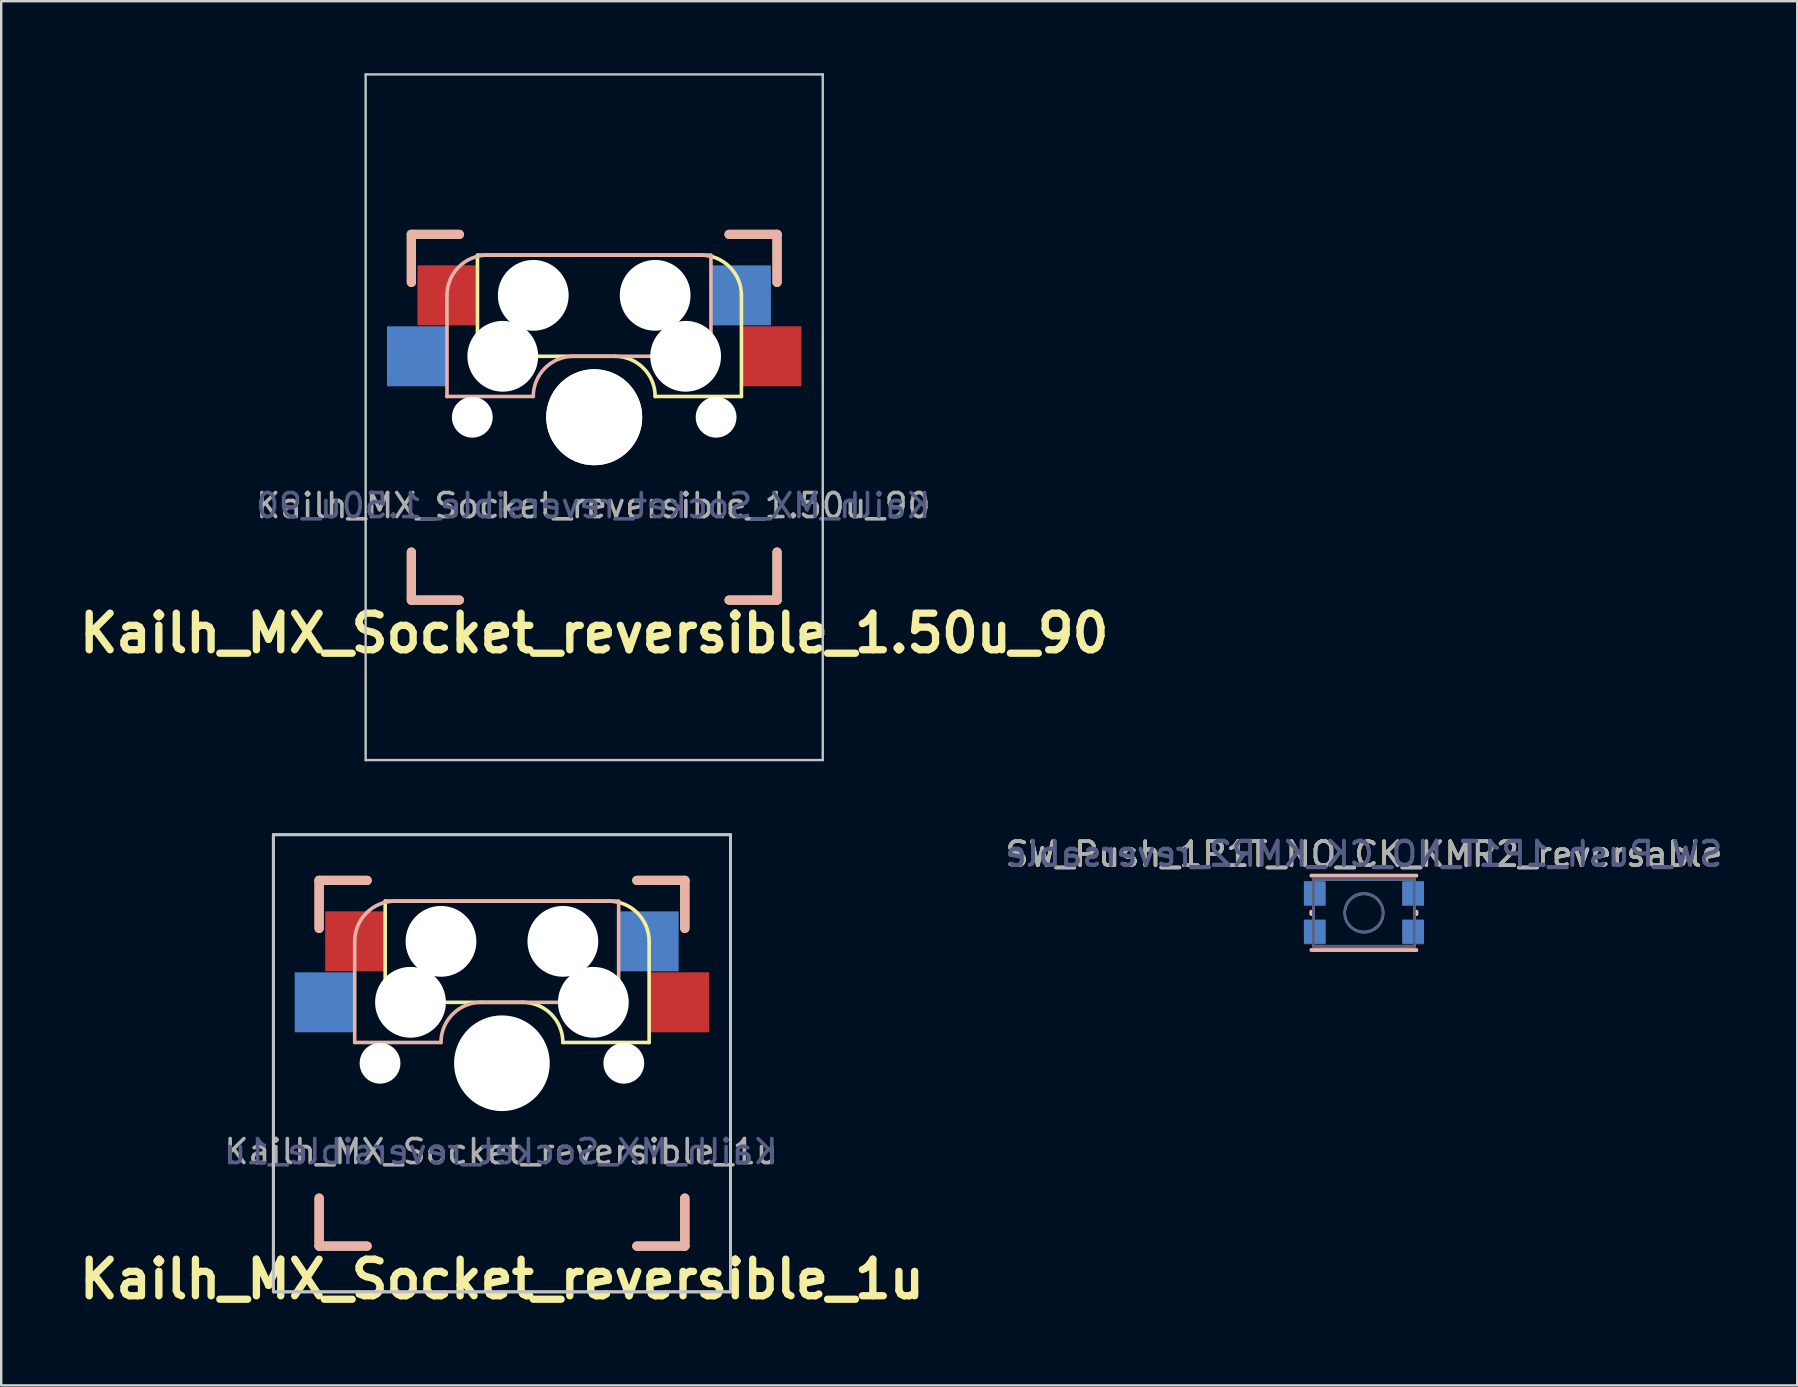
<source format=kicad_pcb>
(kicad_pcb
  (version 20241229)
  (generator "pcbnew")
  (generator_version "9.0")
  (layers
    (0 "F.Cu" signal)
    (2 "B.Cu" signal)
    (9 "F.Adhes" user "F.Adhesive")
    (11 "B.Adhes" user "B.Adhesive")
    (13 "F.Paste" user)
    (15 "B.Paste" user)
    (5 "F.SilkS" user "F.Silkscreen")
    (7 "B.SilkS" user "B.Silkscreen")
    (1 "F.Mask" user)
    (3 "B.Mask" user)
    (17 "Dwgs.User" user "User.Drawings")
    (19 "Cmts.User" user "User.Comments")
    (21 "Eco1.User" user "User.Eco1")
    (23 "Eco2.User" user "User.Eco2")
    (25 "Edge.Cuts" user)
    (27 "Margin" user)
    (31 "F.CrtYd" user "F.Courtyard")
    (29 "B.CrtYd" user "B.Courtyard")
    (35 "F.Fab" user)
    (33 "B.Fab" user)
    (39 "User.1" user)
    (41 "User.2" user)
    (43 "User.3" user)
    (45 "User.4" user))
  (footprint "SW_Push_1P1T_NO_CK_KMR2_reversable"
    (layer "F.Cu")
    (at 53.794 35.002)
    (property "Reference" "SW_Push_1P1T_NO_CK_KMR2_reversable" (at 0 -2.45 0) (layer "F.SilkS") (effects (font (size 1 1) (thickness 0.15))))
    (attr smd)
    (fp_line (start -2.2 0.05) (end -2.2 -0.05) (stroke (width 0.12) (type solid)) (layer "F.SilkS"))
    (fp_line (start -2.2 1.55) (end 2.2 1.55) (stroke (width 0.12) (type solid)) (layer "F.SilkS"))
    (fp_line (start 2.2 -1.55) (end -2.2 -1.55) (stroke (width 0.12) (type solid)) (layer "F.SilkS"))
    (fp_line (start 2.2 0.05) (end 2.2 -0.05) (stroke (width 0.12) (type solid)) (layer "F.SilkS"))
    (fp_line (start -2.206 -1.579) (end 2.194 -1.579) (stroke (width 0.12) (type solid)) (layer "B.SilkS"))
    (fp_line (start -2.206 -1.553) (end 2.194 -1.553) (stroke (width 0.12) (type solid)) (layer "B.SilkS"))
    (fp_line (start -2.206 0.021) (end -2.206 -0.079) (stroke (width 0.12) (type solid)) (layer "B.SilkS"))
    (fp_line (start -2.206 0.047) (end -2.206 -0.053) (stroke (width 0.12) (type solid)) (layer "B.SilkS"))
    (fp_line (start 2.194 0.021) (end 2.194 -0.079) (stroke (width 0.12) (type solid)) (layer "B.SilkS"))
    (fp_line (start 2.194 0.047) (end 2.194 -0.053) (stroke (width 0.12) (type solid)) (layer "B.SilkS"))
    (fp_line (start 2.194 1.521) (end -2.206 1.521) (stroke (width 0.12) (type solid)) (layer "B.SilkS"))
    (fp_line (start 2.194 1.547) (end -2.206 1.547) (stroke (width 0.12) (type solid)) (layer "B.SilkS"))
    (fp_line (start -2.106 -1.429) (end -2.106 1.371) (stroke (width 0.1) (type solid)) (layer "B.Fab"))
    (fp_line (start -2.106 -1.403) (end -2.106 1.397) (stroke (width 0.1) (type solid)) (layer "B.Fab"))
    (fp_line (start -2.106 1.371) (end 2.094 1.371) (stroke (width 0.1) (type solid)) (layer "B.Fab"))
    (fp_line (start -2.106 1.397) (end 2.094 1.397) (stroke (width 0.1) (type solid)) (layer "B.Fab"))
    (fp_line (start 2.094 -1.429) (end -2.106 -1.429) (stroke (width 0.1) (type solid)) (layer "B.Fab"))
    (fp_line (start 2.094 -1.403) (end -2.106 -1.403) (stroke (width 0.1) (type solid)) (layer "B.Fab"))
    (fp_line (start 2.094 1.371) (end 2.094 -1.429) (stroke (width 0.1) (type solid)) (layer "B.Fab"))
    (fp_line (start 2.094 1.397) (end 2.094 -1.403) (stroke (width 0.1) (type solid)) (layer "B.Fab"))
    (fp_circle (center -0.006 -0.029) (end -0.006 0.771) (stroke (width 0.1) (type solid)) (fill no) (layer "B.Fab"))
    (fp_circle (center -0.006 -0.003) (end -0.006 0.797) (stroke (width 0.1) (type solid)) (fill no) (layer "B.Fab"))
    (fp_line (start -2.1 -1.4) (end 2.1 -1.4) (stroke (width 0.1) (type solid)) (layer "F.Fab"))
    (fp_line (start -2.1 1.4) (end -2.1 -1.4) (stroke (width 0.1) (type solid)) (layer "F.Fab"))
    (fp_line (start 2.1 -1.4) (end 2.1 1.4) (stroke (width 0.1) (type solid)) (layer "F.Fab"))
    (fp_line (start 2.1 1.4) (end -2.1 1.4) (stroke (width 0.1) (type solid)) (layer "F.Fab"))
    (fp_circle (center 0 0) (end 0 0.8) (stroke (width 0.1) (type solid)) (fill no) (layer "F.Fab"))
    (fp_text user "${REFERENCE}" (at -0.006 -2.453 0) (layer "B.Fab") (effects (font (size 1 1) (thickness 0.15)) (justify mirror)))
    (fp_text user "${REFERENCE}" (at -0.006 -2.479 0) (layer "B.Fab") (effects (font (size 1 1) (thickness 0.15)) (justify mirror)))
    (fp_text user "${REFERENCE}" (at 0 -2.45 0) (layer "F.Fab") (effects (font (size 1 1) (thickness 0.15))))
    (pad "1" smd rect (at -2.056 -0.829) (size 0.9 1) (layers "B.Cu" "B.Mask" "B.Paste"))
    (pad "1" smd rect (at -2.05 -0.8) (size 0.9 1) (layers "F.Cu" "F.Mask" "F.Paste"))
    (pad "1" smd rect (at 2.044 -0.829) (size 0.9 1) (layers "B.Cu" "B.Mask" "B.Paste"))
    (pad "1" smd rect (at 2.05 -0.8) (size 0.9 1) (layers "F.Cu" "F.Mask" "F.Paste"))
    (pad "2" smd rect (at -2.056 0.771) (size 0.9 1) (layers "B.Cu" "B.Mask" "B.Paste"))
    (pad "2" smd rect (at -2.05 0.8) (size 0.9 1) (layers "F.Cu" "F.Mask" "F.Paste"))
    (pad "2" smd rect (at 2.044 0.771) (size 0.9 1) (layers "B.Cu" "B.Mask" "B.Paste"))
    (pad "2" smd rect (at 2.05 0.8) (size 0.9 1) (layers "F.Cu" "F.Mask" "F.Paste")))
  (footprint "Kailh_MX_Socket_reversible_1.50u_90"
    (layer "F.Cu")
    (at 21.713 14.338)
    (property "Reference" "Kailh_MX_Socket_reversible_1.50u_90" (at 0 9 0) (layer "F.SilkS") (effects (font (size 1.524 1.524) (thickness 0.305))))
    (attr through_hole)
    (fp_line (start -7.62 -7.62) (end -5.62 -7.62) (stroke (width 0.381) (type solid)) (layer "F.SilkS"))
    (fp_line (start -7.62 -5.62) (end -7.62 -7.62) (stroke (width 0.381) (type solid)) (layer "F.SilkS"))
    (fp_line (start -7.62 5.62) (end -7.62 7.62) (stroke (width 0.381) (type solid)) (layer "F.SilkS"))
    (fp_line (start -7.62 7.62) (end -5.62 7.62) (stroke (width 0.381) (type solid)) (layer "F.SilkS"))
    (fp_line (start -4.865 -6.75) (end -4.865 -2.54) (stroke (width 0.15) (type solid)) (layer "F.SilkS"))
    (fp_line (start 0.865 -2.54) (end -4.865 -2.54) (stroke (width 0.15) (type solid)) (layer "F.SilkS"))
    (fp_line (start 4.46 -6.755) (end -4.865 -6.755) (stroke (width 0.15) (type solid)) (layer "F.SilkS"))
    (fp_line (start 5.62 -7.62) (end 7.62 -7.62) (stroke (width 0.381) (type solid)) (layer "F.SilkS"))
    (fp_line (start 5.62 7.62) (end 7.62 7.62) (stroke (width 0.381) (type solid)) (layer "F.SilkS"))
    (fp_line (start 6.135 -5.08) (end 6.135 -0.865) (stroke (width 0.15) (type solid)) (layer "F.SilkS"))
    (fp_line (start 6.135 -0.865) (end 2.54 -0.865) (stroke (width 0.15) (type solid)) (layer "F.SilkS"))
    (fp_line (start 7.62 -7.62) (end 7.62 -5.62) (stroke (width 0.381) (type solid)) (layer "F.SilkS"))
    (fp_line (start 7.62 5.62) (end 7.62 7.62) (stroke (width 0.381) (type solid)) (layer "F.SilkS"))
    (fp_arc (start 0.865 -2.54) (mid 2.049404 -2.049404) (end 2.54 -0.865) (stroke (width 0.15) (type solid)) (layer "F.SilkS"))
    (fp_arc (start 4.46 -6.755) (mid 5.644404 -6.264404) (end 6.135 -5.08) (stroke (width 0.15) (type solid)) (layer "F.SilkS"))
    (fp_line (start -7.62 -7.62) (end -7.62 -5.62) (stroke (width 0.381) (type solid)) (layer "B.SilkS"))
    (fp_line (start -7.62 5.62) (end -7.62 7.62) (stroke (width 0.381) (type solid)) (layer "B.SilkS"))
    (fp_line (start -6.135 -5.08) (end -6.135 -0.865) (stroke (width 0.15) (type solid)) (layer "B.SilkS"))
    (fp_line (start -6.135 -0.865) (end -2.54 -0.865) (stroke (width 0.15) (type solid)) (layer "B.SilkS"))
    (fp_line (start -5.62 -7.62) (end -7.62 -7.62) (stroke (width 0.381) (type solid)) (layer "B.SilkS"))
    (fp_line (start -5.62 7.62) (end -7.62 7.62) (stroke (width 0.381) (type solid)) (layer "B.SilkS"))
    (fp_line (start -4.46 -6.755) (end 4.865 -6.755) (stroke (width 0.15) (type solid)) (layer "B.SilkS"))
    (fp_line (start -0.865 -2.54) (end 4.865 -2.54) (stroke (width 0.15) (type solid)) (layer "B.SilkS"))
    (fp_line (start 4.865 -6.75) (end 4.865 -2.54) (stroke (width 0.15) (type solid)) (layer "B.SilkS"))
    (fp_line (start 7.62 -7.62) (end 5.62 -7.62) (stroke (width 0.381) (type solid)) (layer "B.SilkS"))
    (fp_line (start 7.62 -5.62) (end 7.62 -7.62) (stroke (width 0.381) (type solid)) (layer "B.SilkS"))
    (fp_line (start 7.62 5.62) (end 7.62 7.62) (stroke (width 0.381) (type solid)) (layer "B.SilkS"))
    (fp_line (start 7.62 7.62) (end 5.62 7.62) (stroke (width 0.381) (type solid)) (layer "B.SilkS"))
    (fp_arc (start -6.135 -5.08) (mid -5.644404 -6.264404) (end -4.46 -6.755) (stroke (width 0.15) (type solid)) (layer "B.SilkS"))
    (fp_arc (start -2.54 -0.865) (mid -2.049404 -2.049404) (end -0.865 -2.54) (stroke (width 0.15) (type solid)) (layer "B.SilkS"))
    (fp_line (start -9.525 -14.287) (end -9.525 14.287) (stroke (width 0.1) (type solid)) (layer "Dwgs.User"))
    (fp_line (start -9.525 14.287) (end 9.525 14.287) (stroke (width 0.1) (type solid)) (layer "Dwgs.User"))
    (fp_line (start 9.525 -14.287) (end -9.525 -14.287) (stroke (width 0.1) (type solid)) (layer "Dwgs.User"))
    (fp_line (start 9.525 14.287) (end 9.525 -14.287) (stroke (width 0.1) (type solid)) (layer "Dwgs.User"))
    (fp_text user "${REFERENCE}" (at -0.039 3.683 0) (layer "B.Fab") (effects (font (size 1 1) (thickness 0.15)) (justify mirror)))
    (fp_text user "${REFERENCE}" (at -0.039 3.683 0) (layer "F.Fab") (effects (font (size 1 1) (thickness 0.15))))
    (pad "" np_thru_hole circle (at -5.08 0) (size 1.7 1.7) (drill 1.7) (layers "*.Cu" "*.Mask"))
    (pad "" np_thru_hole circle (at -3.81 -2.54) (size 2.95 2.95) (drill 2.95) (layers "*.Cu" "*.Mask"))
    (pad "" np_thru_hole circle (at -2.54 -5.08) (size 2.95 2.95) (drill 2.95) (layers "*.Cu" "*.Mask"))
    (pad "" np_thru_hole circle (at 0 0) (size 4 4) (drill 4) (layers "*.Cu" "*.Mask"))
    (pad "" np_thru_hole circle (at 0 0) (size 4 4) (drill 4) (layers "*.Cu" "*.Mask"))
    (pad "" np_thru_hole circle (at 2.54 -5.08) (size 2.95 2.95) (drill 2.95) (layers "*.Cu" "*.Mask"))
    (pad "" np_thru_hole circle (at 3.81 -2.54) (size 2.95 2.95) (drill 2.95) (layers "*.Cu" "*.Mask"))
    (pad "" np_thru_hole circle (at 5.08 0) (size 1.7 1.7) (drill 1.7) (layers "*.Cu" "*.Mask"))
    (pad "1" smd rect (at -7.36 -2.54) (size 2.55 2.5) (layers "B.Cu" "B.Mask" "B.Paste"))
    (pad "1" smd rect (at 7.36 -2.54) (size 2.55 2.5) (layers "F.Cu" "F.Mask" "F.Paste"))
    (pad "2" smd rect (at -6.09 -5.08) (size 2.55 2.5) (layers "F.Cu" "F.Mask" "F.Paste"))
    (pad "2" smd rect (at 6.09 -5.08) (size 2.55 2.5) (layers "B.Cu" "B.Mask" "B.Paste")))
  (footprint "Kailh_MX_Socket_reversible_1u"
    (layer "F.Cu")
    (at 17.867 41.26)
    (property "Reference" "Kailh_MX_Socket_reversible_1u" (at 0 9 0) (layer "F.SilkS") (effects (font (size 1.524 1.524) (thickness 0.305))))
    (attr through_hole)
    (fp_line (start -7.62 -7.62) (end -5.62 -7.62) (stroke (width 0.381) (type solid)) (layer "F.SilkS"))
    (fp_line (start -7.62 -5.62) (end -7.62 -7.62) (stroke (width 0.381) (type solid)) (layer "F.SilkS"))
    (fp_line (start -7.62 5.62) (end -7.62 7.62) (stroke (width 0.381) (type solid)) (layer "F.SilkS"))
    (fp_line (start -7.62 7.62) (end -5.62 7.62) (stroke (width 0.381) (type solid)) (layer "F.SilkS"))
    (fp_line (start -4.865 -6.75) (end -4.865 -2.54) (stroke (width 0.15) (type solid)) (layer "F.SilkS"))
    (fp_line (start 0.865 -2.54) (end -4.865 -2.54) (stroke (width 0.15) (type solid)) (layer "F.SilkS"))
    (fp_line (start 4.46 -6.755) (end -4.865 -6.755) (stroke (width 0.15) (type solid)) (layer "F.SilkS"))
    (fp_line (start 5.62 -7.62) (end 7.62 -7.62) (stroke (width 0.381) (type solid)) (layer "F.SilkS"))
    (fp_line (start 5.62 7.62) (end 7.62 7.62) (stroke (width 0.381) (type solid)) (layer "F.SilkS"))
    (fp_line (start 6.135 -5.08) (end 6.135 -0.865) (stroke (width 0.15) (type solid)) (layer "F.SilkS"))
    (fp_line (start 6.135 -0.865) (end 2.54 -0.865) (stroke (width 0.15) (type solid)) (layer "F.SilkS"))
    (fp_line (start 7.62 -7.62) (end 7.62 -5.62) (stroke (width 0.381) (type solid)) (layer "F.SilkS"))
    (fp_line (start 7.62 5.62) (end 7.62 7.62) (stroke (width 0.381) (type solid)) (layer "F.SilkS"))
    (fp_arc (start 0.865 -2.54) (mid 2.049404 -2.049404) (end 2.54 -0.865) (stroke (width 0.15) (type solid)) (layer "F.SilkS"))
    (fp_arc (start 4.46 -6.755) (mid 5.644404 -6.264404) (end 6.135 -5.08) (stroke (width 0.15) (type solid)) (layer "F.SilkS"))
    (fp_line (start -7.613 -7.62) (end -7.613 -5.62) (stroke (width 0.381) (type solid)) (layer "B.SilkS"))
    (fp_line (start -7.613 5.62) (end -7.613 7.62) (stroke (width 0.381) (type solid)) (layer "B.SilkS"))
    (fp_line (start -6.135 -5.08) (end -6.135 -0.865) (stroke (width 0.15) (type solid)) (layer "B.SilkS"))
    (fp_line (start -6.135 -0.865) (end -2.54 -0.865) (stroke (width 0.15) (type solid)) (layer "B.SilkS"))
    (fp_line (start -5.613 -7.62) (end -7.613 -7.62) (stroke (width 0.381) (type solid)) (layer "B.SilkS"))
    (fp_line (start -5.613 7.62) (end -7.613 7.62) (stroke (width 0.381) (type solid)) (layer "B.SilkS"))
    (fp_line (start -4.46 -6.755) (end 4.865 -6.755) (stroke (width 0.15) (type solid)) (layer "B.SilkS"))
    (fp_line (start -0.865 -2.54) (end 4.865 -2.54) (stroke (width 0.15) (type solid)) (layer "B.SilkS"))
    (fp_line (start 4.865 -6.75) (end 4.865 -2.54) (stroke (width 0.15) (type solid)) (layer "B.SilkS"))
    (fp_line (start 7.627 -7.62) (end 5.627 -7.62) (stroke (width 0.381) (type solid)) (layer "B.SilkS"))
    (fp_line (start 7.627 -5.62) (end 7.627 -7.62) (stroke (width 0.381) (type solid)) (layer "B.SilkS"))
    (fp_line (start 7.627 5.62) (end 7.627 7.62) (stroke (width 0.381) (type solid)) (layer "B.SilkS"))
    (fp_line (start 7.627 7.62) (end 5.627 7.62) (stroke (width 0.381) (type solid)) (layer "B.SilkS"))
    (fp_arc (start -6.135 -5.08) (mid -5.644404 -6.264404) (end -4.46 -6.755) (stroke (width 0.15) (type solid)) (layer "B.SilkS"))
    (fp_arc (start -2.54 -0.865) (mid -2.049404 -2.049404) (end -0.865 -2.54) (stroke (width 0.15) (type solid)) (layer "B.SilkS"))
    (fp_line (start -9.525 -9.525) (end -9.525 9.525) (stroke (width 0.12) (type solid)) (layer "Dwgs.User"))
    (fp_line (start -9.525 -9.525) (end 9.525 -9.525) (stroke (width 0.12) (type solid)) (layer "Dwgs.User"))
    (fp_line (start -9.525 9.525) (end -9.525 -9.525) (stroke (width 0.12) (type solid)) (layer "Dwgs.User"))
    (fp_line (start -9.525 9.525) (end 9.525 9.525) (stroke (width 0.12) (type solid)) (layer "Dwgs.User"))
    (fp_line (start 9.525 -9.525) (end -9.525 -9.525) (stroke (width 0.12) (type solid)) (layer "Dwgs.User"))
    (fp_line (start 9.525 -9.525) (end 9.525 9.525) (stroke (width 0.12) (type solid)) (layer "Dwgs.User"))
    (fp_line (start 9.525 9.525) (end -9.525 9.525) (stroke (width 0.12) (type solid)) (layer "Dwgs.User"))
    (fp_line (start 9.525 9.525) (end 9.525 -9.525) (stroke (width 0.12) (type solid)) (layer "Dwgs.User"))
    (fp_text user "${REFERENCE}" (at -0.039 3.683 0) (layer "B.Fab") (effects (font (size 1 1) (thickness 0.15)) (justify mirror)))
    (fp_text user "${REFERENCE}" (at -0.039 3.683 0) (layer "F.Fab") (effects (font (size 1 1) (thickness 0.15))))
    (pad "" np_thru_hole circle (at -5.08 0) (size 1.7 1.7) (drill 1.7) (layers "*.Cu" "*.Mask"))
    (pad "" np_thru_hole circle (at -3.81 -2.54) (size 2.95 2.95) (drill 2.95) (layers "*.Cu" "*.Mask"))
    (pad "" np_thru_hole circle (at -2.54 -5.08) (size 2.95 2.95) (drill 2.95) (layers "*.Cu" "*.Mask"))
    (pad "" np_thru_hole circle (at 0 0) (size 3.988 3.988) (drill 3.988) (layers "*.Cu" "*.Mask"))
    (pad "" np_thru_hole circle (at 2.54 -5.08) (size 2.95 2.95) (drill 2.95) (layers "*.Cu" "*.Mask"))
    (pad "" np_thru_hole circle (at 3.81 -2.54) (size 2.95 2.95) (drill 2.95) (layers "*.Cu" "*.Mask"))
    (pad "" np_thru_hole circle (at 5.08 0) (size 1.7 1.7) (drill 1.7) (layers "*.Cu" "*.Mask"))
    (pad "1" smd rect (at -7.36 -2.54) (size 2.55 2.5) (layers "B.Cu" "B.Mask" "B.Paste"))
    (pad "1" smd rect (at 7.36 -2.54) (size 2.55 2.5) (layers "F.Cu" "F.Mask" "F.Paste"))
    (pad "2" smd rect (at -6.09 -5.08) (size 2.55 2.5) (layers "F.Cu" "F.Mask" "F.Paste"))
    (pad "2" smd rect (at 6.09 -5.08) (size 2.55 2.5) (layers "B.Cu" "B.Mask" "B.Paste")))
  (gr_rect
    (start -3 -3)
    (end 71.847 54.686)
    (stroke (width 0.1) (type default))
    (fill no)
    (layer "Edge.Cuts")))
</source>
